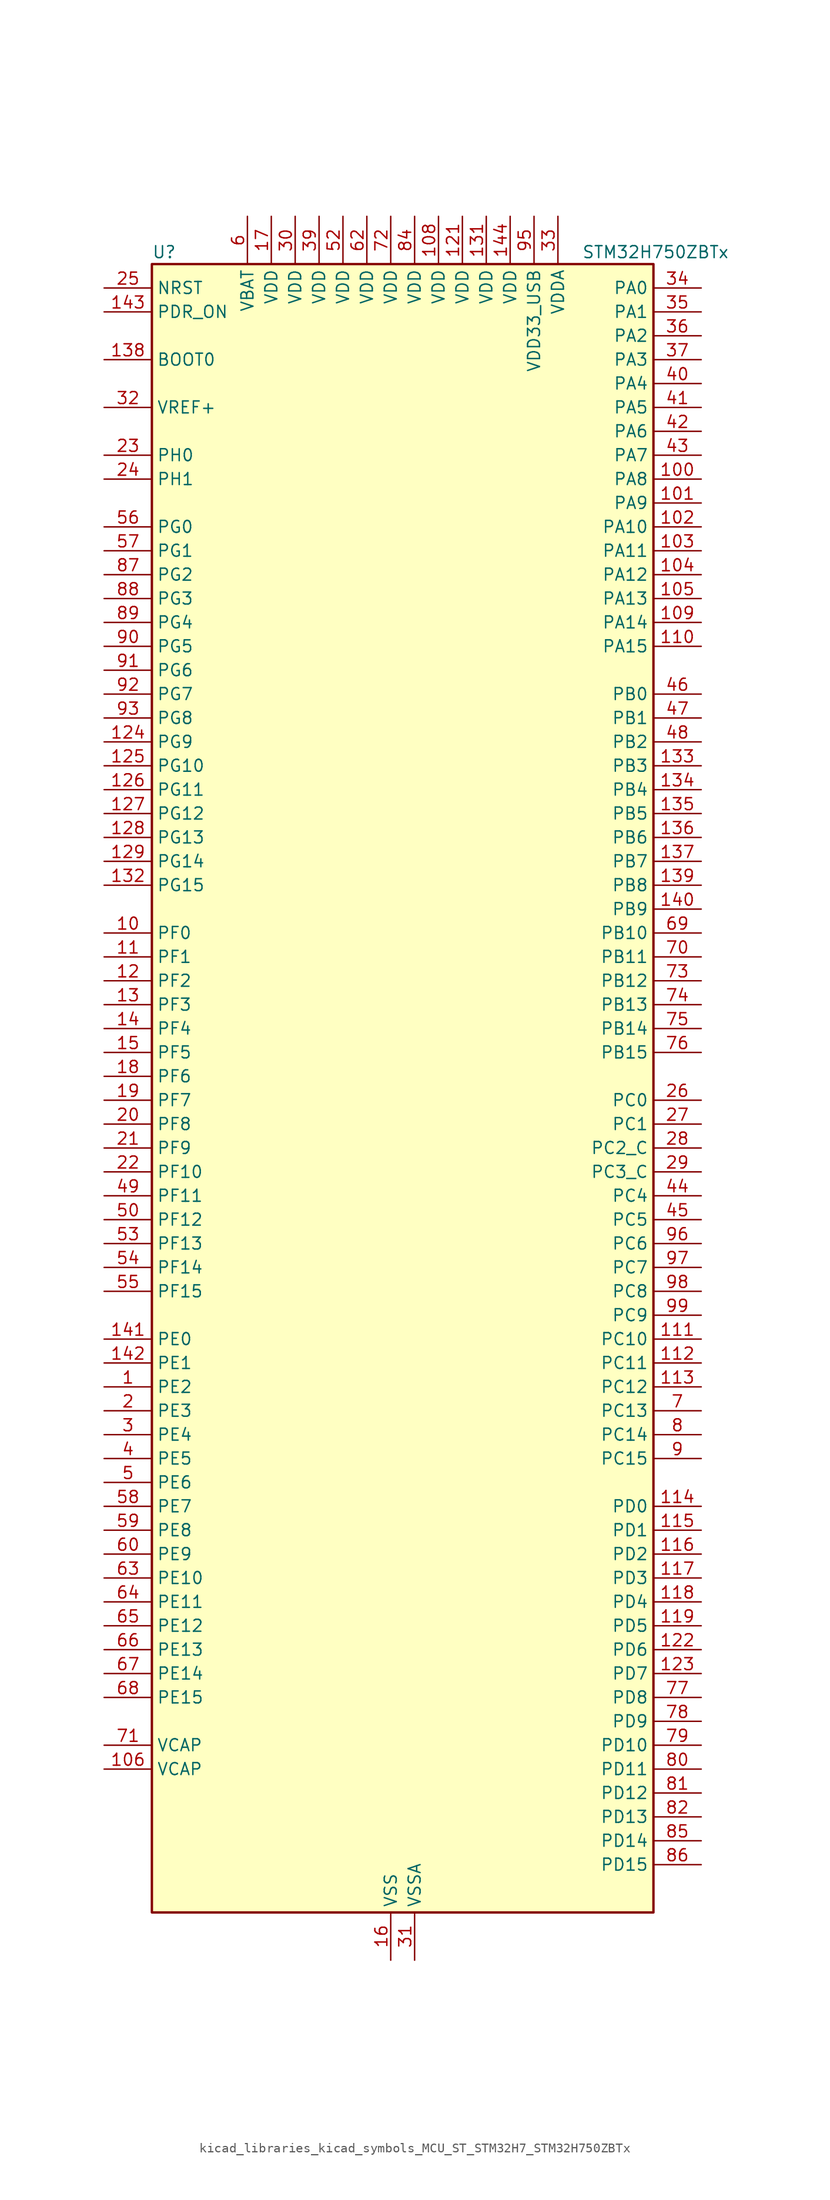
<source format=kicad_sym>
(kicad_symbol_lib
  (version 20220914)
  (generator kicad_symbol_editor)
  (symbol "kicad_libraries_kicad_symbols_MCU_ST_STM32H7_STM32H750ZBTx"
    (property "Reference" "U"
      (at -25.4 90.17 0)
      (effects (font (size 1.27 1.27)) (justify left)))
    (property "Value" "STM32H750ZBTx"
      (at 20.32 90.17 0)
      (effects (font (size 1.27 1.27)) (justify left)))
    (property "ki_locked" ""
      (at 0 0 0)
      (effects (font (size 1.27 1.27))))
    (symbol "kicad_libraries_kicad_symbols_MCU_ST_STM32H7_STM32H750ZBTx_0_1"
      (rectangle (start -25.4 -86.36) (end 27.94 88.9) (stroke (width 0.254) (type default)) (fill (type background))))
    (symbol "kicad_libraries_kicad_symbols_MCU_ST_STM32H7_STM32H750ZBTx_1_1"
      (pin bidirectional line (at -30.48 -30.48 0) (length 5.08) (name "PE2" (effects (font (size 1.27 1.27)))) (number "1" (effects (font (size 1.27 1.27)))) (alternate "DEBUG_TRACECLK" bidirectional line) (alternate "ETH_TXD3" bidirectional line) (alternate "FMC_A23" bidirectional line) (alternate "QUADSPI_BK1_IO2" bidirectional line) (alternate "SAI1_CK1" bidirectional line) (alternate "SAI1_MCLK_A" bidirectional line) (alternate "SAI4_CK1" bidirectional line) (alternate "SAI4_MCLK_A" bidirectional line) (alternate "SPI4_SCK" bidirectional line))
      (pin bidirectional line (at -30.48 17.78 0) (length 5.08) (name "PF0" (effects (font (size 1.27 1.27)))) (number "10" (effects (font (size 1.27 1.27)))) (alternate "FMC_A0" bidirectional line) (alternate "I2C2_SDA" bidirectional line))
      (pin bidirectional line (at 33.02 66.04 180) (length 5.08) (name "PA8" (effects (font (size 1.27 1.27)))) (number "100" (effects (font (size 1.27 1.27)))) (alternate "HRTIM_CHB2" bidirectional line) (alternate "I2C3_SCL" bidirectional line) (alternate "LTDC_B3" bidirectional line) (alternate "LTDC_R6" bidirectional line) (alternate "RCC_MCO_1" bidirectional line) (alternate "TIM1_CH1" bidirectional line) (alternate "TIM8_BKIN2" bidirectional line) (alternate "TIM8_BKIN2_COMP1" bidirectional line) (alternate "TIM8_BKIN2_COMP2" bidirectional line) (alternate "UART7_RX" bidirectional line) (alternate "USART1_CK" bidirectional line) (alternate "USB_OTG_FS_SOF" bidirectional line))
      (pin bidirectional line (at 33.02 63.5 180) (length 5.08) (name "PA9" (effects (font (size 1.27 1.27)))) (number "101" (effects (font (size 1.27 1.27)))) (alternate "DAC1_EXTI9" bidirectional line) (alternate "DCMI_D0" bidirectional line) (alternate "HRTIM_CHC1" bidirectional line) (alternate "I2C3_SMBA" bidirectional line) (alternate "I2S2_CK" bidirectional line) (alternate "LPUART1_TX" bidirectional line) (alternate "LTDC_R5" bidirectional line) (alternate "SPI2_SCK" bidirectional line) (alternate "TIM1_CH2" bidirectional line) (alternate "USART1_TX" bidirectional line) (alternate "USB_OTG_FS_VBUS" bidirectional line))
      (pin bidirectional line (at 33.02 60.96 180) (length 5.08) (name "PA10" (effects (font (size 1.27 1.27)))) (number "102" (effects (font (size 1.27 1.27)))) (alternate "DCMI_D1" bidirectional line) (alternate "HRTIM_CHC2" bidirectional line) (alternate "LPUART1_RX" bidirectional line) (alternate "LTDC_B1" bidirectional line) (alternate "LTDC_B4" bidirectional line) (alternate "MDIOS_MDIO" bidirectional line) (alternate "TIM1_CH3" bidirectional line) (alternate "USART1_RX" bidirectional line) (alternate "USB_OTG_FS_ID" bidirectional line))
      (pin bidirectional line (at 33.02 58.42 180) (length 5.08) (name "PA11" (effects (font (size 1.27 1.27)))) (number "103" (effects (font (size 1.27 1.27)))) (alternate "ADC1_EXTI11" bidirectional line) (alternate "ADC2_EXTI11" bidirectional line) (alternate "ADC3_EXTI11" bidirectional line) (alternate "FDCAN1_RX" bidirectional line) (alternate "HRTIM_CHD1" bidirectional line) (alternate "I2S2_WS" bidirectional line) (alternate "LPUART1_CTS" bidirectional line) (alternate "LTDC_R4" bidirectional line) (alternate "SPI2_NSS" bidirectional line) (alternate "TIM1_CH4" bidirectional line) (alternate "UART4_RX" bidirectional line) (alternate "USART1_CTS" bidirectional line) (alternate "USART1_NSS" bidirectional line) (alternate "USB_OTG_FS_DM" bidirectional line))
      (pin bidirectional line (at 33.02 55.88 180) (length 5.08) (name "PA12" (effects (font (size 1.27 1.27)))) (number "104" (effects (font (size 1.27 1.27)))) (alternate "FDCAN1_TX" bidirectional line) (alternate "HRTIM_CHD2" bidirectional line) (alternate "I2S2_CK" bidirectional line) (alternate "LPUART1_DE" bidirectional line) (alternate "LPUART1_RTS" bidirectional line) (alternate "LTDC_R5" bidirectional line) (alternate "SAI2_FS_B" bidirectional line) (alternate "SPI2_SCK" bidirectional line) (alternate "TIM1_ETR" bidirectional line) (alternate "UART4_TX" bidirectional line) (alternate "USART1_DE" bidirectional line) (alternate "USART1_RTS" bidirectional line) (alternate "USB_OTG_FS_DP" bidirectional line))
      (pin bidirectional line (at 33.02 53.34 180) (length 5.08) (name "PA13" (effects (font (size 1.27 1.27)))) (number "105" (effects (font (size 1.27 1.27)))) (alternate "DEBUG_JTMS-SWDIO" bidirectional line))
      (pin power_out line (at -30.48 -71.12 0) (length 5.08) (name "VCAP" (effects (font (size 1.27 1.27)))) (number "106" (effects (font (size 1.27 1.27)))))
      (pin passive line (at 0 -91.44 90) (length 5.08) hide (name "VSS" (effects (font (size 1.27 1.27)))) (number "107" (effects (font (size 1.27 1.27)))))
      (pin power_in line (at 5.08 93.98 270) (length 5.08) (name "VDD" (effects (font (size 1.27 1.27)))) (number "108" (effects (font (size 1.27 1.27)))))
      (pin bidirectional line (at 33.02 50.8 180) (length 5.08) (name "PA14" (effects (font (size 1.27 1.27)))) (number "109" (effects (font (size 1.27 1.27)))) (alternate "DEBUG_JTCK-SWCLK" bidirectional line))
      (pin bidirectional line (at -30.48 15.24 0) (length 5.08) (name "PF1" (effects (font (size 1.27 1.27)))) (number "11" (effects (font (size 1.27 1.27)))) (alternate "FMC_A1" bidirectional line) (alternate "I2C2_SCL" bidirectional line))
      (pin bidirectional line (at 33.02 48.26 180) (length 5.08) (name "PA15" (effects (font (size 1.27 1.27)))) (number "110" (effects (font (size 1.27 1.27)))) (alternate "ADC1_EXTI15" bidirectional line) (alternate "ADC2_EXTI15" bidirectional line) (alternate "ADC3_EXTI15" bidirectional line) (alternate "CEC" bidirectional line) (alternate "DEBUG_JTDI" bidirectional line) (alternate "HRTIM_FLT1" bidirectional line) (alternate "I2S1_WS" bidirectional line) (alternate "I2S3_WS" bidirectional line) (alternate "SPI1_NSS" bidirectional line) (alternate "SPI3_NSS" bidirectional line) (alternate "SPI6_NSS" bidirectional line) (alternate "TIM2_CH1" bidirectional line) (alternate "TIM2_ETR" bidirectional line) (alternate "UART4_DE" bidirectional line) (alternate "UART4_RTS" bidirectional line) (alternate "UART7_TX" bidirectional line))
      (pin bidirectional line (at 33.02 -25.4 180) (length 5.08) (name "PC10" (effects (font (size 1.27 1.27)))) (number "111" (effects (font (size 1.27 1.27)))) (alternate "DCMI_D8" bidirectional line) (alternate "DFSDM1_CKIN5" bidirectional line) (alternate "HRTIM_EEV1" bidirectional line) (alternate "I2S3_CK" bidirectional line) (alternate "LTDC_R2" bidirectional line) (alternate "QUADSPI_BK1_IO1" bidirectional line) (alternate "SDMMC1_D2" bidirectional line) (alternate "SPI3_SCK" bidirectional line) (alternate "UART4_TX" bidirectional line) (alternate "USART3_TX" bidirectional line))
      (pin bidirectional line (at 33.02 -27.94 180) (length 5.08) (name "PC11" (effects (font (size 1.27 1.27)))) (number "112" (effects (font (size 1.27 1.27)))) (alternate "ADC1_EXTI11" bidirectional line) (alternate "ADC2_EXTI11" bidirectional line) (alternate "ADC3_EXTI11" bidirectional line) (alternate "DCMI_D4" bidirectional line) (alternate "DFSDM1_DATIN5" bidirectional line) (alternate "HRTIM_FLT2" bidirectional line) (alternate "I2S3_SDI" bidirectional line) (alternate "QUADSPI_BK2_NCS" bidirectional line) (alternate "SDMMC1_D3" bidirectional line) (alternate "SPI3_MISO" bidirectional line) (alternate "UART4_RX" bidirectional line) (alternate "USART3_RX" bidirectional line))
      (pin bidirectional line (at 33.02 -30.48 180) (length 5.08) (name "PC12" (effects (font (size 1.27 1.27)))) (number "113" (effects (font (size 1.27 1.27)))) (alternate "DCMI_D9" bidirectional line) (alternate "DEBUG_TRACED3" bidirectional line) (alternate "HRTIM_EEV2" bidirectional line) (alternate "I2S3_SDO" bidirectional line) (alternate "SDMMC1_CK" bidirectional line) (alternate "SPI3_MOSI" bidirectional line) (alternate "UART5_TX" bidirectional line) (alternate "USART3_CK" bidirectional line))
      (pin bidirectional line (at 33.02 -43.18 180) (length 5.08) (name "PD0" (effects (font (size 1.27 1.27)))) (number "114" (effects (font (size 1.27 1.27)))) (alternate "DFSDM1_CKIN6" bidirectional line) (alternate "FDCAN1_RX" bidirectional line) (alternate "FMC_D2" bidirectional line) (alternate "FMC_DA2" bidirectional line) (alternate "SAI3_SCK_A" bidirectional line) (alternate "UART4_RX" bidirectional line))
      (pin bidirectional line (at 33.02 -45.72 180) (length 5.08) (name "PD1" (effects (font (size 1.27 1.27)))) (number "115" (effects (font (size 1.27 1.27)))) (alternate "DFSDM1_DATIN6" bidirectional line) (alternate "FDCAN1_TX" bidirectional line) (alternate "FMC_D3" bidirectional line) (alternate "FMC_DA3" bidirectional line) (alternate "SAI3_SD_A" bidirectional line) (alternate "UART4_TX" bidirectional line))
      (pin bidirectional line (at 33.02 -48.26 180) (length 5.08) (name "PD2" (effects (font (size 1.27 1.27)))) (number "116" (effects (font (size 1.27 1.27)))) (alternate "DCMI_D11" bidirectional line) (alternate "DEBUG_TRACED2" bidirectional line) (alternate "SDMMC1_CMD" bidirectional line) (alternate "TIM3_ETR" bidirectional line) (alternate "UART5_RX" bidirectional line))
      (pin bidirectional line (at 33.02 -50.8 180) (length 5.08) (name "PD3" (effects (font (size 1.27 1.27)))) (number "117" (effects (font (size 1.27 1.27)))) (alternate "DCMI_D5" bidirectional line) (alternate "DFSDM1_CKOUT" bidirectional line) (alternate "FMC_CLK" bidirectional line) (alternate "I2S2_CK" bidirectional line) (alternate "LTDC_G7" bidirectional line) (alternate "SPI2_SCK" bidirectional line) (alternate "USART2_CTS" bidirectional line) (alternate "USART2_NSS" bidirectional line))
      (pin bidirectional line (at 33.02 -53.34 180) (length 5.08) (name "PD4" (effects (font (size 1.27 1.27)))) (number "118" (effects (font (size 1.27 1.27)))) (alternate "FMC_NOE" bidirectional line) (alternate "HRTIM_FLT3" bidirectional line) (alternate "SAI3_FS_A" bidirectional line) (alternate "USART2_DE" bidirectional line) (alternate "USART2_RTS" bidirectional line))
      (pin bidirectional line (at 33.02 -55.88 180) (length 5.08) (name "PD5" (effects (font (size 1.27 1.27)))) (number "119" (effects (font (size 1.27 1.27)))) (alternate "FMC_NWE" bidirectional line) (alternate "HRTIM_EEV3" bidirectional line) (alternate "USART2_TX" bidirectional line))
      (pin bidirectional line (at -30.48 12.7 0) (length 5.08) (name "PF2" (effects (font (size 1.27 1.27)))) (number "12" (effects (font (size 1.27 1.27)))) (alternate "FMC_A2" bidirectional line) (alternate "I2C2_SMBA" bidirectional line))
      (pin passive line (at 0 -91.44 90) (length 5.08) hide (name "VSS" (effects (font (size 1.27 1.27)))) (number "120" (effects (font (size 1.27 1.27)))))
      (pin power_in line (at 7.62 93.98 270) (length 5.08) (name "VDD" (effects (font (size 1.27 1.27)))) (number "121" (effects (font (size 1.27 1.27)))))
      (pin bidirectional line (at 33.02 -58.42 180) (length 5.08) (name "PD6" (effects (font (size 1.27 1.27)))) (number "122" (effects (font (size 1.27 1.27)))) (alternate "DCMI_D10" bidirectional line) (alternate "DFSDM1_CKIN4" bidirectional line) (alternate "DFSDM1_DATIN1" bidirectional line) (alternate "FMC_NWAIT" bidirectional line) (alternate "I2S3_SDO" bidirectional line) (alternate "LTDC_B2" bidirectional line) (alternate "SAI1_D1" bidirectional line) (alternate "SAI1_SD_A" bidirectional line) (alternate "SAI4_D1" bidirectional line) (alternate "SAI4_SD_A" bidirectional line) (alternate "SDMMC2_CK" bidirectional line) (alternate "SPI3_MOSI" bidirectional line) (alternate "USART2_RX" bidirectional line))
      (pin bidirectional line (at 33.02 -60.96 180) (length 5.08) (name "PD7" (effects (font (size 1.27 1.27)))) (number "123" (effects (font (size 1.27 1.27)))) (alternate "DFSDM1_CKIN1" bidirectional line) (alternate "DFSDM1_DATIN4" bidirectional line) (alternate "FMC_NE1" bidirectional line) (alternate "I2S1_SDO" bidirectional line) (alternate "SDMMC2_CMD" bidirectional line) (alternate "SPDIFRX1_IN0" bidirectional line) (alternate "SPI1_MOSI" bidirectional line) (alternate "USART2_CK" bidirectional line))
      (pin bidirectional line (at -30.48 38.1 0) (length 5.08) (name "PG9" (effects (font (size 1.27 1.27)))) (number "124" (effects (font (size 1.27 1.27)))) (alternate "DAC1_EXTI9" bidirectional line) (alternate "DCMI_VSYNC" bidirectional line) (alternate "FMC_NCE" bidirectional line) (alternate "FMC_NE2" bidirectional line) (alternate "I2S1_SDI" bidirectional line) (alternate "QUADSPI_BK2_IO2" bidirectional line) (alternate "SAI2_FS_B" bidirectional line) (alternate "SPDIFRX1_IN3" bidirectional line) (alternate "SPI1_MISO" bidirectional line) (alternate "USART6_RX" bidirectional line))
      (pin bidirectional line (at -30.48 35.56 0) (length 5.08) (name "PG10" (effects (font (size 1.27 1.27)))) (number "125" (effects (font (size 1.27 1.27)))) (alternate "DCMI_D2" bidirectional line) (alternate "FMC_NE3" bidirectional line) (alternate "HRTIM_FLT5" bidirectional line) (alternate "I2S1_WS" bidirectional line) (alternate "LTDC_B2" bidirectional line) (alternate "LTDC_G3" bidirectional line) (alternate "SAI2_SD_B" bidirectional line) (alternate "SPI1_NSS" bidirectional line))
      (pin bidirectional line (at -30.48 33.02 0) (length 5.08) (name "PG11" (effects (font (size 1.27 1.27)))) (number "126" (effects (font (size 1.27 1.27)))) (alternate "ADC1_EXTI11" bidirectional line) (alternate "ADC2_EXTI11" bidirectional line) (alternate "ADC3_EXTI11" bidirectional line) (alternate "DCMI_D3" bidirectional line) (alternate "ETH_TX_EN" bidirectional line) (alternate "HRTIM_EEV4" bidirectional line) (alternate "I2S1_CK" bidirectional line) (alternate "LPTIM1_IN2" bidirectional line) (alternate "LTDC_B3" bidirectional line) (alternate "SDMMC2_D2" bidirectional line) (alternate "SPDIFRX1_IN0" bidirectional line) (alternate "SPI1_SCK" bidirectional line))
      (pin bidirectional line (at -30.48 30.48 0) (length 5.08) (name "PG12" (effects (font (size 1.27 1.27)))) (number "127" (effects (font (size 1.27 1.27)))) (alternate "ETH_TXD1" bidirectional line) (alternate "FMC_NE4" bidirectional line) (alternate "HRTIM_EEV5" bidirectional line) (alternate "LPTIM1_IN1" bidirectional line) (alternate "LTDC_B1" bidirectional line) (alternate "LTDC_B4" bidirectional line) (alternate "SPDIFRX1_IN1" bidirectional line) (alternate "SPI6_MISO" bidirectional line) (alternate "USART6_DE" bidirectional line) (alternate "USART6_RTS" bidirectional line))
      (pin bidirectional line (at -30.48 27.94 0) (length 5.08) (name "PG13" (effects (font (size 1.27 1.27)))) (number "128" (effects (font (size 1.27 1.27)))) (alternate "DEBUG_TRACED0" bidirectional line) (alternate "ETH_TXD0" bidirectional line) (alternate "FMC_A24" bidirectional line) (alternate "HRTIM_EEV10" bidirectional line) (alternate "LPTIM1_OUT" bidirectional line) (alternate "LTDC_R0" bidirectional line) (alternate "SPI6_SCK" bidirectional line) (alternate "USART6_CTS" bidirectional line) (alternate "USART6_NSS" bidirectional line))
      (pin bidirectional line (at -30.48 25.4 0) (length 5.08) (name "PG14" (effects (font (size 1.27 1.27)))) (number "129" (effects (font (size 1.27 1.27)))) (alternate "DEBUG_TRACED1" bidirectional line) (alternate "ETH_TXD1" bidirectional line) (alternate "FMC_A25" bidirectional line) (alternate "LPTIM1_ETR" bidirectional line) (alternate "LTDC_B0" bidirectional line) (alternate "QUADSPI_BK2_IO3" bidirectional line) (alternate "SPI6_MOSI" bidirectional line) (alternate "USART6_TX" bidirectional line))
      (pin bidirectional line (at -30.48 10.16 0) (length 5.08) (name "PF3" (effects (font (size 1.27 1.27)))) (number "13" (effects (font (size 1.27 1.27)))) (alternate "ADC3_INP5" bidirectional line) (alternate "FMC_A3" bidirectional line))
      (pin passive line (at 0 -91.44 90) (length 5.08) hide (name "VSS" (effects (font (size 1.27 1.27)))) (number "130" (effects (font (size 1.27 1.27)))))
      (pin power_in line (at 10.16 93.98 270) (length 5.08) (name "VDD" (effects (font (size 1.27 1.27)))) (number "131" (effects (font (size 1.27 1.27)))))
      (pin bidirectional line (at -30.48 22.86 0) (length 5.08) (name "PG15" (effects (font (size 1.27 1.27)))) (number "132" (effects (font (size 1.27 1.27)))) (alternate "ADC1_EXTI15" bidirectional line) (alternate "ADC2_EXTI15" bidirectional line) (alternate "ADC3_EXTI15" bidirectional line) (alternate "DCMI_D13" bidirectional line) (alternate "FMC_SDNCAS" bidirectional line) (alternate "USART6_CTS" bidirectional line) (alternate "USART6_NSS" bidirectional line))
      (pin bidirectional line (at 33.02 35.56 180) (length 5.08) (name "PB3" (effects (font (size 1.27 1.27)))) (number "133" (effects (font (size 1.27 1.27)))) (alternate "CRS_SYNC" bidirectional line) (alternate "DEBUG_JTDO-SWO" bidirectional line) (alternate "HRTIM_FLT4" bidirectional line) (alternate "I2S1_CK" bidirectional line) (alternate "I2S3_CK" bidirectional line) (alternate "SDMMC2_D2" bidirectional line) (alternate "SPI1_SCK" bidirectional line) (alternate "SPI3_SCK" bidirectional line) (alternate "SPI6_SCK" bidirectional line) (alternate "TIM2_CH2" bidirectional line) (alternate "UART7_RX" bidirectional line))
      (pin bidirectional line (at 33.02 33.02 180) (length 5.08) (name "PB4" (effects (font (size 1.27 1.27)))) (number "134" (effects (font (size 1.27 1.27)))) (alternate "DEBUG_JTRST" bidirectional line) (alternate "HRTIM_EEV6" bidirectional line) (alternate "I2S1_SDI" bidirectional line) (alternate "I2S2_WS" bidirectional line) (alternate "I2S3_SDI" bidirectional line) (alternate "SDMMC2_D3" bidirectional line) (alternate "SPI1_MISO" bidirectional line) (alternate "SPI2_NSS" bidirectional line) (alternate "SPI3_MISO" bidirectional line) (alternate "SPI6_MISO" bidirectional line) (alternate "TIM16_BKIN" bidirectional line) (alternate "TIM3_CH1" bidirectional line) (alternate "UART7_TX" bidirectional line))
      (pin bidirectional line (at 33.02 30.48 180) (length 5.08) (name "PB5" (effects (font (size 1.27 1.27)))) (number "135" (effects (font (size 1.27 1.27)))) (alternate "DCMI_D10" bidirectional line) (alternate "ETH_PPS_OUT" bidirectional line) (alternate "FDCAN2_RX" bidirectional line) (alternate "FMC_SDCKE1" bidirectional line) (alternate "HRTIM_EEV7" bidirectional line) (alternate "I2C1_SMBA" bidirectional line) (alternate "I2C4_SMBA" bidirectional line) (alternate "I2S1_SDO" bidirectional line) (alternate "I2S3_SDO" bidirectional line) (alternate "SPI1_MOSI" bidirectional line) (alternate "SPI3_MOSI" bidirectional line) (alternate "SPI6_MOSI" bidirectional line) (alternate "TIM17_BKIN" bidirectional line) (alternate "TIM3_CH2" bidirectional line) (alternate "UART5_RX" bidirectional line) (alternate "USB_OTG_HS_ULPI_D7" bidirectional line))
      (pin bidirectional line (at 33.02 27.94 180) (length 5.08) (name "PB6" (effects (font (size 1.27 1.27)))) (number "136" (effects (font (size 1.27 1.27)))) (alternate "CEC" bidirectional line) (alternate "DCMI_D5" bidirectional line) (alternate "DFSDM1_DATIN5" bidirectional line) (alternate "FDCAN2_TX" bidirectional line) (alternate "FMC_SDNE1" bidirectional line) (alternate "HRTIM_EEV8" bidirectional line) (alternate "I2C1_SCL" bidirectional line) (alternate "I2C4_SCL" bidirectional line) (alternate "LPUART1_TX" bidirectional line) (alternate "QUADSPI_BK1_NCS" bidirectional line) (alternate "TIM16_CH1N" bidirectional line) (alternate "TIM4_CH1" bidirectional line) (alternate "UART5_TX" bidirectional line) (alternate "USART1_TX" bidirectional line))
      (pin bidirectional line (at 33.02 25.4 180) (length 5.08) (name "PB7" (effects (font (size 1.27 1.27)))) (number "137" (effects (font (size 1.27 1.27)))) (alternate "DCMI_VSYNC" bidirectional line) (alternate "DFSDM1_CKIN5" bidirectional line) (alternate "FMC_NL" bidirectional line) (alternate "HRTIM_EEV9" bidirectional line) (alternate "I2C1_SDA" bidirectional line) (alternate "I2C4_SDA" bidirectional line) (alternate "LPUART1_RX" bidirectional line) (alternate "PWR_PVD_IN" bidirectional line) (alternate "TIM17_CH1N" bidirectional line) (alternate "TIM4_CH2" bidirectional line) (alternate "USART1_RX" bidirectional line))
      (pin input line (at -30.48 78.74 0) (length 5.08) (name "BOOT0" (effects (font (size 1.27 1.27)))) (number "138" (effects (font (size 1.27 1.27)))))
      (pin bidirectional line (at 33.02 22.86 180) (length 5.08) (name "PB8" (effects (font (size 1.27 1.27)))) (number "139" (effects (font (size 1.27 1.27)))) (alternate "DCMI_D6" bidirectional line) (alternate "DFSDM1_CKIN7" bidirectional line) (alternate "ETH_TXD3" bidirectional line) (alternate "FDCAN1_RX" bidirectional line) (alternate "I2C1_SCL" bidirectional line) (alternate "I2C4_SCL" bidirectional line) (alternate "LTDC_B6" bidirectional line) (alternate "SDMMC1_CKIN" bidirectional line) (alternate "SDMMC1_D4" bidirectional line) (alternate "SDMMC2_D4" bidirectional line) (alternate "TIM16_CH1" bidirectional line) (alternate "TIM4_CH3" bidirectional line) (alternate "UART4_RX" bidirectional line))
      (pin bidirectional line (at -30.48 7.62 0) (length 5.08) (name "PF4" (effects (font (size 1.27 1.27)))) (number "14" (effects (font (size 1.27 1.27)))) (alternate "ADC3_INN5" bidirectional line) (alternate "ADC3_INP9" bidirectional line) (alternate "FMC_A4" bidirectional line))
      (pin bidirectional line (at 33.02 20.32 180) (length 5.08) (name "PB9" (effects (font (size 1.27 1.27)))) (number "140" (effects (font (size 1.27 1.27)))) (alternate "DAC1_EXTI9" bidirectional line) (alternate "DCMI_D7" bidirectional line) (alternate "DFSDM1_DATIN7" bidirectional line) (alternate "FDCAN1_TX" bidirectional line) (alternate "I2C1_SDA" bidirectional line) (alternate "I2C4_SDA" bidirectional line) (alternate "I2C4_SMBA" bidirectional line) (alternate "I2S2_WS" bidirectional line) (alternate "LTDC_B7" bidirectional line) (alternate "SDMMC1_CDIR" bidirectional line) (alternate "SDMMC1_D5" bidirectional line) (alternate "SDMMC2_D5" bidirectional line) (alternate "SPI2_NSS" bidirectional line) (alternate "TIM17_CH1" bidirectional line) (alternate "TIM4_CH4" bidirectional line) (alternate "UART4_TX" bidirectional line))
      (pin bidirectional line (at -30.48 -25.4 0) (length 5.08) (name "PE0" (effects (font (size 1.27 1.27)))) (number "141" (effects (font (size 1.27 1.27)))) (alternate "DCMI_D2" bidirectional line) (alternate "FMC_NBL0" bidirectional line) (alternate "HRTIM_SCIN" bidirectional line) (alternate "LPTIM1_ETR" bidirectional line) (alternate "LPTIM2_ETR" bidirectional line) (alternate "SAI2_MCLK_A" bidirectional line) (alternate "TIM4_ETR" bidirectional line) (alternate "UART8_RX" bidirectional line))
      (pin bidirectional line (at -30.48 -27.94 0) (length 5.08) (name "PE1" (effects (font (size 1.27 1.27)))) (number "142" (effects (font (size 1.27 1.27)))) (alternate "DCMI_D3" bidirectional line) (alternate "FMC_NBL1" bidirectional line) (alternate "HRTIM_SCOUT" bidirectional line) (alternate "LPTIM1_IN2" bidirectional line) (alternate "UART8_TX" bidirectional line))
      (pin input line (at -30.48 83.82 0) (length 5.08) (name "PDR_ON" (effects (font (size 1.27 1.27)))) (number "143" (effects (font (size 1.27 1.27)))))
      (pin power_in line (at 12.7 93.98 270) (length 5.08) (name "VDD" (effects (font (size 1.27 1.27)))) (number "144" (effects (font (size 1.27 1.27)))))
      (pin bidirectional line (at -30.48 5.08 0) (length 5.08) (name "PF5" (effects (font (size 1.27 1.27)))) (number "15" (effects (font (size 1.27 1.27)))) (alternate "ADC3_INP4" bidirectional line) (alternate "FMC_A5" bidirectional line))
      (pin power_in line (at 0 -91.44 90) (length 5.08) (name "VSS" (effects (font (size 1.27 1.27)))) (number "16" (effects (font (size 1.27 1.27)))))
      (pin power_in line (at -12.7 93.98 270) (length 5.08) (name "VDD" (effects (font (size 1.27 1.27)))) (number "17" (effects (font (size 1.27 1.27)))))
      (pin bidirectional line (at -30.48 2.54 0) (length 5.08) (name "PF6" (effects (font (size 1.27 1.27)))) (number "18" (effects (font (size 1.27 1.27)))) (alternate "ADC3_INN4" bidirectional line) (alternate "ADC3_INP8" bidirectional line) (alternate "QUADSPI_BK1_IO3" bidirectional line) (alternate "SAI1_SD_B" bidirectional line) (alternate "SAI4_SD_B" bidirectional line) (alternate "SPI5_NSS" bidirectional line) (alternate "TIM16_CH1" bidirectional line) (alternate "UART7_RX" bidirectional line))
      (pin bidirectional line (at -30.48 0 0) (length 5.08) (name "PF7" (effects (font (size 1.27 1.27)))) (number "19" (effects (font (size 1.27 1.27)))) (alternate "ADC3_INP3" bidirectional line) (alternate "QUADSPI_BK1_IO2" bidirectional line) (alternate "SAI1_MCLK_B" bidirectional line) (alternate "SAI4_MCLK_B" bidirectional line) (alternate "SPI5_SCK" bidirectional line) (alternate "TIM17_CH1" bidirectional line) (alternate "UART7_TX" bidirectional line))
      (pin bidirectional line (at -30.48 -33.02 0) (length 5.08) (name "PE3" (effects (font (size 1.27 1.27)))) (number "2" (effects (font (size 1.27 1.27)))) (alternate "DEBUG_TRACED0" bidirectional line) (alternate "FMC_A19" bidirectional line) (alternate "SAI1_SD_B" bidirectional line) (alternate "SAI4_SD_B" bidirectional line) (alternate "TIM15_BKIN" bidirectional line))
      (pin bidirectional line (at -30.48 -2.54 0) (length 5.08) (name "PF8" (effects (font (size 1.27 1.27)))) (number "20" (effects (font (size 1.27 1.27)))) (alternate "ADC3_INN3" bidirectional line) (alternate "ADC3_INP7" bidirectional line) (alternate "QUADSPI_BK1_IO0" bidirectional line) (alternate "SAI1_SCK_B" bidirectional line) (alternate "SAI4_SCK_B" bidirectional line) (alternate "SPI5_MISO" bidirectional line) (alternate "TIM13_CH1" bidirectional line) (alternate "TIM16_CH1N" bidirectional line) (alternate "UART7_DE" bidirectional line) (alternate "UART7_RTS" bidirectional line))
      (pin bidirectional line (at -30.48 -5.08 0) (length 5.08) (name "PF9" (effects (font (size 1.27 1.27)))) (number "21" (effects (font (size 1.27 1.27)))) (alternate "ADC3_INP2" bidirectional line) (alternate "DAC1_EXTI9" bidirectional line) (alternate "QUADSPI_BK1_IO1" bidirectional line) (alternate "SAI1_FS_B" bidirectional line) (alternate "SAI4_FS_B" bidirectional line) (alternate "SPI5_MOSI" bidirectional line) (alternate "TIM14_CH1" bidirectional line) (alternate "TIM17_CH1N" bidirectional line) (alternate "UART7_CTS" bidirectional line))
      (pin bidirectional line (at -30.48 -7.62 0) (length 5.08) (name "PF10" (effects (font (size 1.27 1.27)))) (number "22" (effects (font (size 1.27 1.27)))) (alternate "ADC3_INN2" bidirectional line) (alternate "ADC3_INP6" bidirectional line) (alternate "DCMI_D11" bidirectional line) (alternate "LTDC_DE" bidirectional line) (alternate "QUADSPI_CLK" bidirectional line) (alternate "SAI1_D3" bidirectional line) (alternate "SAI4_D3" bidirectional line) (alternate "TIM16_BKIN" bidirectional line))
      (pin bidirectional line (at -30.48 68.58 0) (length 5.08) (name "PH0" (effects (font (size 1.27 1.27)))) (number "23" (effects (font (size 1.27 1.27)))) (alternate "RCC_OSC_IN" bidirectional line))
      (pin bidirectional line (at -30.48 66.04 0) (length 5.08) (name "PH1" (effects (font (size 1.27 1.27)))) (number "24" (effects (font (size 1.27 1.27)))) (alternate "RCC_OSC_OUT" bidirectional line))
      (pin input line (at -30.48 86.36 0) (length 5.08) (name "NRST" (effects (font (size 1.27 1.27)))) (number "25" (effects (font (size 1.27 1.27)))))
      (pin bidirectional line (at 33.02 0 180) (length 5.08) (name "PC0" (effects (font (size 1.27 1.27)))) (number "26" (effects (font (size 1.27 1.27)))) (alternate "ADC1_INP10" bidirectional line) (alternate "ADC2_INP10" bidirectional line) (alternate "ADC3_INP10" bidirectional line) (alternate "DFSDM1_CKIN0" bidirectional line) (alternate "DFSDM1_DATIN4" bidirectional line) (alternate "FMC_SDNWE" bidirectional line) (alternate "LTDC_R5" bidirectional line) (alternate "SAI2_FS_B" bidirectional line) (alternate "USB_OTG_HS_ULPI_STP" bidirectional line))
      (pin bidirectional line (at 33.02 -2.54 180) (length 5.08) (name "PC1" (effects (font (size 1.27 1.27)))) (number "27" (effects (font (size 1.27 1.27)))) (alternate "ADC1_INN10" bidirectional line) (alternate "ADC1_INP11" bidirectional line) (alternate "ADC2_INN10" bidirectional line) (alternate "ADC2_INP11" bidirectional line) (alternate "ADC3_INN10" bidirectional line) (alternate "ADC3_INP11" bidirectional line) (alternate "DEBUG_TRACED0" bidirectional line) (alternate "DFSDM1_CKIN4" bidirectional line) (alternate "DFSDM1_DATIN0" bidirectional line) (alternate "ETH_MDC" bidirectional line) (alternate "I2S2_SDO" bidirectional line) (alternate "MDIOS_MDC" bidirectional line) (alternate "PWR_WKUP5" bidirectional line) (alternate "RTC_TAMP3" bidirectional line) (alternate "SAI1_D1" bidirectional line) (alternate "SAI1_SD_A" bidirectional line) (alternate "SAI4_D1" bidirectional line) (alternate "SAI4_SD_A" bidirectional line) (alternate "SDMMC2_CK" bidirectional line) (alternate "SPI2_MOSI" bidirectional line))
      (pin bidirectional line (at 33.02 -5.08 180) (length 5.08) (name "PC2_C" (effects (font (size 1.27 1.27)))) (number "28" (effects (font (size 1.27 1.27)))) (alternate "ADC3_INN1" bidirectional line) (alternate "ADC3_INP0" bidirectional line) (alternate "DFSDM1_CKIN1" bidirectional line) (alternate "DFSDM1_CKOUT" bidirectional line) (alternate "ETH_TXD2" bidirectional line) (alternate "FMC_SDNE0" bidirectional line) (alternate "I2S2_SDI" bidirectional line) (alternate "PWR_CSTOP" bidirectional line) (alternate "SPI2_MISO" bidirectional line) (alternate "USB_OTG_HS_ULPI_DIR" bidirectional line))
      (pin bidirectional line (at 33.02 -7.62 180) (length 5.08) (name "PC3_C" (effects (font (size 1.27 1.27)))) (number "29" (effects (font (size 1.27 1.27)))) (alternate "ADC3_INP1" bidirectional line) (alternate "DFSDM1_DATIN1" bidirectional line) (alternate "ETH_TX_CLK" bidirectional line) (alternate "FMC_SDCKE0" bidirectional line) (alternate "I2S2_SDO" bidirectional line) (alternate "PWR_CSLEEP" bidirectional line) (alternate "SPI2_MOSI" bidirectional line) (alternate "USB_OTG_HS_ULPI_NXT" bidirectional line))
      (pin bidirectional line (at -30.48 -35.56 0) (length 5.08) (name "PE4" (effects (font (size 1.27 1.27)))) (number "3" (effects (font (size 1.27 1.27)))) (alternate "DCMI_D4" bidirectional line) (alternate "DEBUG_TRACED1" bidirectional line) (alternate "DFSDM1_DATIN3" bidirectional line) (alternate "FMC_A20" bidirectional line) (alternate "LTDC_B0" bidirectional line) (alternate "SAI1_D2" bidirectional line) (alternate "SAI1_FS_A" bidirectional line) (alternate "SAI4_D2" bidirectional line) (alternate "SAI4_FS_A" bidirectional line) (alternate "SPI4_NSS" bidirectional line) (alternate "TIM15_CH1N" bidirectional line))
      (pin power_in line (at -10.16 93.98 270) (length 5.08) (name "VDD" (effects (font (size 1.27 1.27)))) (number "30" (effects (font (size 1.27 1.27)))))
      (pin power_in line (at 2.54 -91.44 90) (length 5.08) (name "VSSA" (effects (font (size 1.27 1.27)))) (number "31" (effects (font (size 1.27 1.27)))))
      (pin input line (at -30.48 73.66 0) (length 5.08) (name "VREF+" (effects (font (size 1.27 1.27)))) (number "32" (effects (font (size 1.27 1.27)))) (alternate "VREFBUF_OUT" bidirectional line))
      (pin power_in line (at 17.78 93.98 270) (length 5.08) (name "VDDA" (effects (font (size 1.27 1.27)))) (number "33" (effects (font (size 1.27 1.27)))))
      (pin bidirectional line (at 33.02 86.36 180) (length 5.08) (name "PA0" (effects (font (size 1.27 1.27)))) (number "34" (effects (font (size 1.27 1.27)))) (alternate "ADC1_INP16" bidirectional line) (alternate "ETH_CRS" bidirectional line) (alternate "PWR_WKUP0" bidirectional line) (alternate "SAI2_SD_B" bidirectional line) (alternate "SDMMC2_CMD" bidirectional line) (alternate "TIM15_BKIN" bidirectional line) (alternate "TIM2_CH1" bidirectional line) (alternate "TIM2_ETR" bidirectional line) (alternate "TIM5_CH1" bidirectional line) (alternate "TIM8_ETR" bidirectional line) (alternate "UART4_TX" bidirectional line) (alternate "USART2_CTS" bidirectional line) (alternate "USART2_NSS" bidirectional line))
      (pin bidirectional line (at 33.02 83.82 180) (length 5.08) (name "PA1" (effects (font (size 1.27 1.27)))) (number "35" (effects (font (size 1.27 1.27)))) (alternate "ADC1_INN16" bidirectional line) (alternate "ADC1_INP17" bidirectional line) (alternate "ETH_REF_CLK" bidirectional line) (alternate "ETH_RX_CLK" bidirectional line) (alternate "LPTIM3_OUT" bidirectional line) (alternate "LTDC_R2" bidirectional line) (alternate "QUADSPI_BK1_IO3" bidirectional line) (alternate "SAI2_MCLK_B" bidirectional line) (alternate "TIM15_CH1N" bidirectional line) (alternate "TIM2_CH2" bidirectional line) (alternate "TIM5_CH2" bidirectional line) (alternate "UART4_RX" bidirectional line) (alternate "USART2_DE" bidirectional line) (alternate "USART2_RTS" bidirectional line))
      (pin bidirectional line (at 33.02 81.28 180) (length 5.08) (name "PA2" (effects (font (size 1.27 1.27)))) (number "36" (effects (font (size 1.27 1.27)))) (alternate "ADC1_INP14" bidirectional line) (alternate "ADC2_INP14" bidirectional line) (alternate "ETH_MDIO" bidirectional line) (alternate "LPTIM4_OUT" bidirectional line) (alternate "LTDC_R1" bidirectional line) (alternate "MDIOS_MDIO" bidirectional line) (alternate "PWR_WKUP1" bidirectional line) (alternate "SAI2_SCK_B" bidirectional line) (alternate "TIM15_CH1" bidirectional line) (alternate "TIM2_CH3" bidirectional line) (alternate "TIM5_CH3" bidirectional line) (alternate "USART2_TX" bidirectional line))
      (pin bidirectional line (at 33.02 78.74 180) (length 5.08) (name "PA3" (effects (font (size 1.27 1.27)))) (number "37" (effects (font (size 1.27 1.27)))) (alternate "ADC1_INP15" bidirectional line) (alternate "ADC2_INP15" bidirectional line) (alternate "ETH_COL" bidirectional line) (alternate "LPTIM5_OUT" bidirectional line) (alternate "LTDC_B2" bidirectional line) (alternate "LTDC_B5" bidirectional line) (alternate "TIM15_CH2" bidirectional line) (alternate "TIM2_CH4" bidirectional line) (alternate "TIM5_CH4" bidirectional line) (alternate "USART2_RX" bidirectional line) (alternate "USB_OTG_HS_ULPI_D0" bidirectional line))
      (pin passive line (at 0 -91.44 90) (length 5.08) hide (name "VSS" (effects (font (size 1.27 1.27)))) (number "38" (effects (font (size 1.27 1.27)))))
      (pin power_in line (at -7.62 93.98 270) (length 5.08) (name "VDD" (effects (font (size 1.27 1.27)))) (number "39" (effects (font (size 1.27 1.27)))))
      (pin bidirectional line (at -30.48 -38.1 0) (length 5.08) (name "PE5" (effects (font (size 1.27 1.27)))) (number "4" (effects (font (size 1.27 1.27)))) (alternate "DCMI_D6" bidirectional line) (alternate "DEBUG_TRACED2" bidirectional line) (alternate "DFSDM1_CKIN3" bidirectional line) (alternate "FMC_A21" bidirectional line) (alternate "LTDC_G0" bidirectional line) (alternate "SAI1_CK2" bidirectional line) (alternate "SAI1_SCK_A" bidirectional line) (alternate "SAI4_CK2" bidirectional line) (alternate "SAI4_SCK_A" bidirectional line) (alternate "SPI4_MISO" bidirectional line) (alternate "TIM15_CH1" bidirectional line))
      (pin bidirectional line (at 33.02 76.2 180) (length 5.08) (name "PA4" (effects (font (size 1.27 1.27)))) (number "40" (effects (font (size 1.27 1.27)))) (alternate "ADC1_INP18" bidirectional line) (alternate "ADC2_INP18" bidirectional line) (alternate "DAC1_OUT1" bidirectional line) (alternate "DCMI_HSYNC" bidirectional line) (alternate "I2S1_WS" bidirectional line) (alternate "I2S3_WS" bidirectional line) (alternate "LTDC_VSYNC" bidirectional line) (alternate "SPI1_NSS" bidirectional line) (alternate "SPI3_NSS" bidirectional line) (alternate "SPI6_NSS" bidirectional line) (alternate "TIM5_ETR" bidirectional line) (alternate "USART2_CK" bidirectional line) (alternate "USB_OTG_HS_SOF" bidirectional line))
      (pin bidirectional line (at 33.02 73.66 180) (length 5.08) (name "PA5" (effects (font (size 1.27 1.27)))) (number "41" (effects (font (size 1.27 1.27)))) (alternate "ADC1_INN18" bidirectional line) (alternate "ADC1_INP19" bidirectional line) (alternate "ADC2_INN18" bidirectional line) (alternate "ADC2_INP19" bidirectional line) (alternate "DAC1_OUT2" bidirectional line) (alternate "I2S1_CK" bidirectional line) (alternate "LTDC_R4" bidirectional line) (alternate "PWR_NDSTOP2" bidirectional line) (alternate "SPI1_SCK" bidirectional line) (alternate "SPI6_SCK" bidirectional line) (alternate "TIM2_CH1" bidirectional line) (alternate "TIM2_ETR" bidirectional line) (alternate "TIM8_CH1N" bidirectional line) (alternate "USB_OTG_HS_ULPI_CK" bidirectional line))
      (pin bidirectional line (at 33.02 71.12 180) (length 5.08) (name "PA6" (effects (font (size 1.27 1.27)))) (number "42" (effects (font (size 1.27 1.27)))) (alternate "ADC1_INP3" bidirectional line) (alternate "ADC2_INP3" bidirectional line) (alternate "DCMI_PIXCLK" bidirectional line) (alternate "I2S1_SDI" bidirectional line) (alternate "LTDC_G2" bidirectional line) (alternate "MDIOS_MDC" bidirectional line) (alternate "SPI1_MISO" bidirectional line) (alternate "SPI6_MISO" bidirectional line) (alternate "TIM13_CH1" bidirectional line) (alternate "TIM1_BKIN" bidirectional line) (alternate "TIM1_BKIN_COMP1" bidirectional line) (alternate "TIM1_BKIN_COMP2" bidirectional line) (alternate "TIM3_CH1" bidirectional line) (alternate "TIM8_BKIN" bidirectional line) (alternate "TIM8_BKIN_COMP1" bidirectional line) (alternate "TIM8_BKIN_COMP2" bidirectional line))
      (pin bidirectional line (at 33.02 68.58 180) (length 5.08) (name "PA7" (effects (font (size 1.27 1.27)))) (number "43" (effects (font (size 1.27 1.27)))) (alternate "ADC1_INN3" bidirectional line) (alternate "ADC1_INP7" bidirectional line) (alternate "ADC2_INN3" bidirectional line) (alternate "ADC2_INP7" bidirectional line) (alternate "ETH_CRS_DV" bidirectional line) (alternate "ETH_RX_DV" bidirectional line) (alternate "FMC_SDNWE" bidirectional line) (alternate "I2S1_SDO" bidirectional line) (alternate "OPAMP1_VINM" bidirectional line) (alternate "OPAMP1_VINM1" bidirectional line) (alternate "SPI1_MOSI" bidirectional line) (alternate "SPI6_MOSI" bidirectional line) (alternate "TIM14_CH1" bidirectional line) (alternate "TIM1_CH1N" bidirectional line) (alternate "TIM3_CH2" bidirectional line) (alternate "TIM8_CH1N" bidirectional line))
      (pin bidirectional line (at 33.02 -10.16 180) (length 5.08) (name "PC4" (effects (font (size 1.27 1.27)))) (number "44" (effects (font (size 1.27 1.27)))) (alternate "ADC1_INP4" bidirectional line) (alternate "ADC2_INP4" bidirectional line) (alternate "COMP1_INM" bidirectional line) (alternate "DFSDM1_CKIN2" bidirectional line) (alternate "ETH_RXD0" bidirectional line) (alternate "FMC_SDNE0" bidirectional line) (alternate "I2S1_MCK" bidirectional line) (alternate "OPAMP1_VOUT" bidirectional line) (alternate "SPDIFRX1_IN2" bidirectional line))
      (pin bidirectional line (at 33.02 -12.7 180) (length 5.08) (name "PC5" (effects (font (size 1.27 1.27)))) (number "45" (effects (font (size 1.27 1.27)))) (alternate "ADC1_INN4" bidirectional line) (alternate "ADC1_INP8" bidirectional line) (alternate "ADC2_INN4" bidirectional line) (alternate "ADC2_INP8" bidirectional line) (alternate "COMP1_OUT" bidirectional line) (alternate "DFSDM1_DATIN2" bidirectional line) (alternate "ETH_RXD1" bidirectional line) (alternate "FMC_SDCKE0" bidirectional line) (alternate "OPAMP1_VINM" bidirectional line) (alternate "OPAMP1_VINM0" bidirectional line) (alternate "SAI1_D3" bidirectional line) (alternate "SAI4_D3" bidirectional line) (alternate "SPDIFRX1_IN3" bidirectional line))
      (pin bidirectional line (at 33.02 43.18 180) (length 5.08) (name "PB0" (effects (font (size 1.27 1.27)))) (number "46" (effects (font (size 1.27 1.27)))) (alternate "ADC1_INN5" bidirectional line) (alternate "ADC1_INP9" bidirectional line) (alternate "ADC2_INN5" bidirectional line) (alternate "ADC2_INP9" bidirectional line) (alternate "COMP1_INP" bidirectional line) (alternate "DFSDM1_CKOUT" bidirectional line) (alternate "ETH_RXD2" bidirectional line) (alternate "LTDC_G1" bidirectional line) (alternate "LTDC_R3" bidirectional line) (alternate "OPAMP1_VINP" bidirectional line) (alternate "TIM1_CH2N" bidirectional line) (alternate "TIM3_CH3" bidirectional line) (alternate "TIM8_CH2N" bidirectional line) (alternate "UART4_CTS" bidirectional line) (alternate "USB_OTG_HS_ULPI_D1" bidirectional line))
      (pin bidirectional line (at 33.02 40.64 180) (length 5.08) (name "PB1" (effects (font (size 1.27 1.27)))) (number "47" (effects (font (size 1.27 1.27)))) (alternate "ADC1_INP5" bidirectional line) (alternate "ADC2_INP5" bidirectional line) (alternate "COMP1_INM" bidirectional line) (alternate "DFSDM1_DATIN1" bidirectional line) (alternate "ETH_RXD3" bidirectional line) (alternate "LTDC_G0" bidirectional line) (alternate "LTDC_R6" bidirectional line) (alternate "TIM1_CH3N" bidirectional line) (alternate "TIM3_CH4" bidirectional line) (alternate "TIM8_CH3N" bidirectional line) (alternate "USB_OTG_HS_ULPI_D2" bidirectional line))
      (pin bidirectional line (at 33.02 38.1 180) (length 5.08) (name "PB2" (effects (font (size 1.27 1.27)))) (number "48" (effects (font (size 1.27 1.27)))) (alternate "COMP1_INP" bidirectional line) (alternate "DFSDM1_CKIN1" bidirectional line) (alternate "I2S3_SDO" bidirectional line) (alternate "QUADSPI_CLK" bidirectional line) (alternate "RTC_OUT_ALARM" bidirectional line) (alternate "RTC_OUT_CALIB" bidirectional line) (alternate "SAI1_D1" bidirectional line) (alternate "SAI1_SD_A" bidirectional line) (alternate "SAI4_D1" bidirectional line) (alternate "SAI4_SD_A" bidirectional line) (alternate "SPI3_MOSI" bidirectional line))
      (pin bidirectional line (at -30.48 -10.16 0) (length 5.08) (name "PF11" (effects (font (size 1.27 1.27)))) (number "49" (effects (font (size 1.27 1.27)))) (alternate "ADC1_EXTI11" bidirectional line) (alternate "ADC1_INP2" bidirectional line) (alternate "ADC2_EXTI11" bidirectional line) (alternate "ADC3_EXTI11" bidirectional line) (alternate "DCMI_D12" bidirectional line) (alternate "FMC_SDNRAS" bidirectional line) (alternate "SAI2_SD_B" bidirectional line) (alternate "SPI5_MOSI" bidirectional line))
      (pin bidirectional line (at -30.48 -40.64 0) (length 5.08) (name "PE6" (effects (font (size 1.27 1.27)))) (number "5" (effects (font (size 1.27 1.27)))) (alternate "DCMI_D7" bidirectional line) (alternate "DEBUG_TRACED3" bidirectional line) (alternate "FMC_A22" bidirectional line) (alternate "LTDC_G1" bidirectional line) (alternate "SAI1_D1" bidirectional line) (alternate "SAI1_SD_A" bidirectional line) (alternate "SAI2_MCLK_B" bidirectional line) (alternate "SAI4_D1" bidirectional line) (alternate "SAI4_SD_A" bidirectional line) (alternate "SPI4_MOSI" bidirectional line) (alternate "TIM15_CH2" bidirectional line) (alternate "TIM1_BKIN2" bidirectional line) (alternate "TIM1_BKIN2_COMP1" bidirectional line) (alternate "TIM1_BKIN2_COMP2" bidirectional line))
      (pin bidirectional line (at -30.48 -12.7 0) (length 5.08) (name "PF12" (effects (font (size 1.27 1.27)))) (number "50" (effects (font (size 1.27 1.27)))) (alternate "ADC1_INN2" bidirectional line) (alternate "ADC1_INP6" bidirectional line) (alternate "FMC_A6" bidirectional line))
      (pin passive line (at 0 -91.44 90) (length 5.08) hide (name "VSS" (effects (font (size 1.27 1.27)))) (number "51" (effects (font (size 1.27 1.27)))))
      (pin power_in line (at -5.08 93.98 270) (length 5.08) (name "VDD" (effects (font (size 1.27 1.27)))) (number "52" (effects (font (size 1.27 1.27)))))
      (pin bidirectional line (at -30.48 -15.24 0) (length 5.08) (name "PF13" (effects (font (size 1.27 1.27)))) (number "53" (effects (font (size 1.27 1.27)))) (alternate "ADC2_INP2" bidirectional line) (alternate "DFSDM1_DATIN6" bidirectional line) (alternate "FMC_A7" bidirectional line) (alternate "I2C4_SMBA" bidirectional line))
      (pin bidirectional line (at -30.48 -17.78 0) (length 5.08) (name "PF14" (effects (font (size 1.27 1.27)))) (number "54" (effects (font (size 1.27 1.27)))) (alternate "ADC2_INN2" bidirectional line) (alternate "ADC2_INP6" bidirectional line) (alternate "DFSDM1_CKIN6" bidirectional line) (alternate "FMC_A8" bidirectional line) (alternate "I2C4_SCL" bidirectional line))
      (pin bidirectional line (at -30.48 -20.32 0) (length 5.08) (name "PF15" (effects (font (size 1.27 1.27)))) (number "55" (effects (font (size 1.27 1.27)))) (alternate "ADC1_EXTI15" bidirectional line) (alternate "ADC2_EXTI15" bidirectional line) (alternate "ADC3_EXTI15" bidirectional line) (alternate "FMC_A9" bidirectional line) (alternate "I2C4_SDA" bidirectional line))
      (pin bidirectional line (at -30.48 60.96 0) (length 5.08) (name "PG0" (effects (font (size 1.27 1.27)))) (number "56" (effects (font (size 1.27 1.27)))) (alternate "FMC_A10" bidirectional line))
      (pin bidirectional line (at -30.48 58.42 0) (length 5.08) (name "PG1" (effects (font (size 1.27 1.27)))) (number "57" (effects (font (size 1.27 1.27)))) (alternate "FMC_A11" bidirectional line) (alternate "OPAMP2_VINM" bidirectional line) (alternate "OPAMP2_VINM1" bidirectional line))
      (pin bidirectional line (at -30.48 -43.18 0) (length 5.08) (name "PE7" (effects (font (size 1.27 1.27)))) (number "58" (effects (font (size 1.27 1.27)))) (alternate "COMP2_INM" bidirectional line) (alternate "DFSDM1_DATIN2" bidirectional line) (alternate "FMC_D4" bidirectional line) (alternate "FMC_DA4" bidirectional line) (alternate "OPAMP2_VOUT" bidirectional line) (alternate "QUADSPI_BK2_IO0" bidirectional line) (alternate "TIM1_ETR" bidirectional line) (alternate "UART7_RX" bidirectional line))
      (pin bidirectional line (at -30.48 -45.72 0) (length 5.08) (name "PE8" (effects (font (size 1.27 1.27)))) (number "59" (effects (font (size 1.27 1.27)))) (alternate "COMP2_OUT" bidirectional line) (alternate "DFSDM1_CKIN2" bidirectional line) (alternate "FMC_D5" bidirectional line) (alternate "FMC_DA5" bidirectional line) (alternate "OPAMP2_VINM" bidirectional line) (alternate "OPAMP2_VINM0" bidirectional line) (alternate "QUADSPI_BK2_IO1" bidirectional line) (alternate "TIM1_CH1N" bidirectional line) (alternate "UART7_TX" bidirectional line))
      (pin power_in line (at -15.24 93.98 270) (length 5.08) (name "VBAT" (effects (font (size 1.27 1.27)))) (number "6" (effects (font (size 1.27 1.27)))))
      (pin bidirectional line (at -30.48 -48.26 0) (length 5.08) (name "PE9" (effects (font (size 1.27 1.27)))) (number "60" (effects (font (size 1.27 1.27)))) (alternate "COMP2_INP" bidirectional line) (alternate "DAC1_EXTI9" bidirectional line) (alternate "DFSDM1_CKOUT" bidirectional line) (alternate "FMC_D6" bidirectional line) (alternate "FMC_DA6" bidirectional line) (alternate "OPAMP2_VINP" bidirectional line) (alternate "QUADSPI_BK2_IO2" bidirectional line) (alternate "TIM1_CH1" bidirectional line) (alternate "UART7_DE" bidirectional line) (alternate "UART7_RTS" bidirectional line))
      (pin passive line (at 0 -91.44 90) (length 5.08) hide (name "VSS" (effects (font (size 1.27 1.27)))) (number "61" (effects (font (size 1.27 1.27)))))
      (pin power_in line (at -2.54 93.98 270) (length 5.08) (name "VDD" (effects (font (size 1.27 1.27)))) (number "62" (effects (font (size 1.27 1.27)))))
      (pin bidirectional line (at -30.48 -50.8 0) (length 5.08) (name "PE10" (effects (font (size 1.27 1.27)))) (number "63" (effects (font (size 1.27 1.27)))) (alternate "COMP2_INM" bidirectional line) (alternate "DFSDM1_DATIN4" bidirectional line) (alternate "FMC_D7" bidirectional line) (alternate "FMC_DA7" bidirectional line) (alternate "QUADSPI_BK2_IO3" bidirectional line) (alternate "TIM1_CH2N" bidirectional line) (alternate "UART7_CTS" bidirectional line))
      (pin bidirectional line (at -30.48 -53.34 0) (length 5.08) (name "PE11" (effects (font (size 1.27 1.27)))) (number "64" (effects (font (size 1.27 1.27)))) (alternate "ADC1_EXTI11" bidirectional line) (alternate "ADC2_EXTI11" bidirectional line) (alternate "ADC3_EXTI11" bidirectional line) (alternate "COMP2_INP" bidirectional line) (alternate "DFSDM1_CKIN4" bidirectional line) (alternate "FMC_D8" bidirectional line) (alternate "FMC_DA8" bidirectional line) (alternate "LTDC_G3" bidirectional line) (alternate "SAI2_SD_B" bidirectional line) (alternate "SPI4_NSS" bidirectional line) (alternate "TIM1_CH2" bidirectional line))
      (pin bidirectional line (at -30.48 -55.88 0) (length 5.08) (name "PE12" (effects (font (size 1.27 1.27)))) (number "65" (effects (font (size 1.27 1.27)))) (alternate "COMP1_OUT" bidirectional line) (alternate "DFSDM1_DATIN5" bidirectional line) (alternate "FMC_D9" bidirectional line) (alternate "FMC_DA9" bidirectional line) (alternate "LTDC_B4" bidirectional line) (alternate "SAI2_SCK_B" bidirectional line) (alternate "SPI4_SCK" bidirectional line) (alternate "TIM1_CH3N" bidirectional line))
      (pin bidirectional line (at -30.48 -58.42 0) (length 5.08) (name "PE13" (effects (font (size 1.27 1.27)))) (number "66" (effects (font (size 1.27 1.27)))) (alternate "COMP2_OUT" bidirectional line) (alternate "DFSDM1_CKIN5" bidirectional line) (alternate "FMC_D10" bidirectional line) (alternate "FMC_DA10" bidirectional line) (alternate "LTDC_DE" bidirectional line) (alternate "SAI2_FS_B" bidirectional line) (alternate "SPI4_MISO" bidirectional line) (alternate "TIM1_CH3" bidirectional line))
      (pin bidirectional line (at -30.48 -60.96 0) (length 5.08) (name "PE14" (effects (font (size 1.27 1.27)))) (number "67" (effects (font (size 1.27 1.27)))) (alternate "FMC_D11" bidirectional line) (alternate "FMC_DA11" bidirectional line) (alternate "LTDC_CLK" bidirectional line) (alternate "SAI2_MCLK_B" bidirectional line) (alternate "SPI4_MOSI" bidirectional line) (alternate "TIM1_CH4" bidirectional line))
      (pin bidirectional line (at -30.48 -63.5 0) (length 5.08) (name "PE15" (effects (font (size 1.27 1.27)))) (number "68" (effects (font (size 1.27 1.27)))) (alternate "ADC1_EXTI15" bidirectional line) (alternate "ADC2_EXTI15" bidirectional line) (alternate "ADC3_EXTI15" bidirectional line) (alternate "FMC_D12" bidirectional line) (alternate "FMC_DA12" bidirectional line) (alternate "LTDC_R7" bidirectional line) (alternate "TIM1_BKIN" bidirectional line) (alternate "TIM1_BKIN_COMP1" bidirectional line) (alternate "TIM1_BKIN_COMP2" bidirectional line))
      (pin bidirectional line (at 33.02 17.78 180) (length 5.08) (name "PB10" (effects (font (size 1.27 1.27)))) (number "69" (effects (font (size 1.27 1.27)))) (alternate "DFSDM1_DATIN7" bidirectional line) (alternate "ETH_RX_ER" bidirectional line) (alternate "HRTIM_SCOUT" bidirectional line) (alternate "I2C2_SCL" bidirectional line) (alternate "I2S2_CK" bidirectional line) (alternate "LPTIM2_IN1" bidirectional line) (alternate "LTDC_G4" bidirectional line) (alternate "QUADSPI_BK1_NCS" bidirectional line) (alternate "SPI2_SCK" bidirectional line) (alternate "TIM2_CH3" bidirectional line) (alternate "USART3_TX" bidirectional line) (alternate "USB_OTG_HS_ULPI_D3" bidirectional line))
      (pin bidirectional line (at 33.02 -33.02 180) (length 5.08) (name "PC13" (effects (font (size 1.27 1.27)))) (number "7" (effects (font (size 1.27 1.27)))) (alternate "PWR_WKUP2" bidirectional line) (alternate "RTC_OUT_ALARM" bidirectional line) (alternate "RTC_OUT_CALIB" bidirectional line) (alternate "RTC_TAMP1" bidirectional line) (alternate "RTC_TS" bidirectional line))
      (pin bidirectional line (at 33.02 15.24 180) (length 5.08) (name "PB11" (effects (font (size 1.27 1.27)))) (number "70" (effects (font (size 1.27 1.27)))) (alternate "ADC1_EXTI11" bidirectional line) (alternate "ADC2_EXTI11" bidirectional line) (alternate "ADC3_EXTI11" bidirectional line) (alternate "DFSDM1_CKIN7" bidirectional line) (alternate "ETH_TX_EN" bidirectional line) (alternate "HRTIM_SCIN" bidirectional line) (alternate "I2C2_SDA" bidirectional line) (alternate "LPTIM2_ETR" bidirectional line) (alternate "LTDC_G5" bidirectional line) (alternate "TIM2_CH4" bidirectional line) (alternate "USART3_RX" bidirectional line) (alternate "USB_OTG_HS_ULPI_D4" bidirectional line))
      (pin power_out line (at -30.48 -68.58 0) (length 5.08) (name "VCAP" (effects (font (size 1.27 1.27)))) (number "71" (effects (font (size 1.27 1.27)))))
      (pin power_in line (at 0 93.98 270) (length 5.08) (name "VDD" (effects (font (size 1.27 1.27)))) (number "72" (effects (font (size 1.27 1.27)))))
      (pin bidirectional line (at 33.02 12.7 180) (length 5.08) (name "PB12" (effects (font (size 1.27 1.27)))) (number "73" (effects (font (size 1.27 1.27)))) (alternate "DFSDM1_DATIN1" bidirectional line) (alternate "ETH_TXD0" bidirectional line) (alternate "FDCAN2_RX" bidirectional line) (alternate "I2C2_SMBA" bidirectional line) (alternate "I2S2_WS" bidirectional line) (alternate "SPI2_NSS" bidirectional line) (alternate "TIM1_BKIN" bidirectional line) (alternate "TIM1_BKIN_COMP1" bidirectional line) (alternate "TIM1_BKIN_COMP2" bidirectional line) (alternate "UART5_RX" bidirectional line) (alternate "USART3_CK" bidirectional line) (alternate "USB_OTG_HS_ID" bidirectional line) (alternate "USB_OTG_HS_ULPI_D5" bidirectional line))
      (pin bidirectional line (at 33.02 10.16 180) (length 5.08) (name "PB13" (effects (font (size 1.27 1.27)))) (number "74" (effects (font (size 1.27 1.27)))) (alternate "DFSDM1_CKIN1" bidirectional line) (alternate "ETH_TXD1" bidirectional line) (alternate "FDCAN2_TX" bidirectional line) (alternate "I2S2_CK" bidirectional line) (alternate "LPTIM2_OUT" bidirectional line) (alternate "SPI2_SCK" bidirectional line) (alternate "TIM1_CH1N" bidirectional line) (alternate "UART5_TX" bidirectional line) (alternate "USART3_CTS" bidirectional line) (alternate "USART3_NSS" bidirectional line) (alternate "USB_OTG_HS_ULPI_D6" bidirectional line) (alternate "USB_OTG_HS_VBUS" bidirectional line))
      (pin bidirectional line (at 33.02 7.62 180) (length 5.08) (name "PB14" (effects (font (size 1.27 1.27)))) (number "75" (effects (font (size 1.27 1.27)))) (alternate "DFSDM1_DATIN2" bidirectional line) (alternate "I2S2_SDI" bidirectional line) (alternate "SDMMC2_D0" bidirectional line) (alternate "SPI2_MISO" bidirectional line) (alternate "TIM12_CH1" bidirectional line) (alternate "TIM1_CH2N" bidirectional line) (alternate "TIM8_CH2N" bidirectional line) (alternate "UART4_DE" bidirectional line) (alternate "UART4_RTS" bidirectional line) (alternate "USART1_TX" bidirectional line) (alternate "USART3_DE" bidirectional line) (alternate "USART3_RTS" bidirectional line) (alternate "USB_OTG_HS_DM" bidirectional line))
      (pin bidirectional line (at 33.02 5.08 180) (length 5.08) (name "PB15" (effects (font (size 1.27 1.27)))) (number "76" (effects (font (size 1.27 1.27)))) (alternate "ADC1_EXTI15" bidirectional line) (alternate "ADC2_EXTI15" bidirectional line) (alternate "ADC3_EXTI15" bidirectional line) (alternate "DFSDM1_CKIN2" bidirectional line) (alternate "I2S2_SDO" bidirectional line) (alternate "RTC_REFIN" bidirectional line) (alternate "SDMMC2_D1" bidirectional line) (alternate "SPI2_MOSI" bidirectional line) (alternate "TIM12_CH2" bidirectional line) (alternate "TIM1_CH3N" bidirectional line) (alternate "TIM8_CH3N" bidirectional line) (alternate "UART4_CTS" bidirectional line) (alternate "USART1_RX" bidirectional line) (alternate "USB_OTG_HS_DP" bidirectional line))
      (pin bidirectional line (at 33.02 -63.5 180) (length 5.08) (name "PD8" (effects (font (size 1.27 1.27)))) (number "77" (effects (font (size 1.27 1.27)))) (alternate "DFSDM1_CKIN3" bidirectional line) (alternate "FMC_D13" bidirectional line) (alternate "FMC_DA13" bidirectional line) (alternate "SAI3_SCK_B" bidirectional line) (alternate "SPDIFRX1_IN1" bidirectional line) (alternate "USART3_TX" bidirectional line))
      (pin bidirectional line (at 33.02 -66.04 180) (length 5.08) (name "PD9" (effects (font (size 1.27 1.27)))) (number "78" (effects (font (size 1.27 1.27)))) (alternate "DAC1_EXTI9" bidirectional line) (alternate "DFSDM1_DATIN3" bidirectional line) (alternate "FMC_D14" bidirectional line) (alternate "FMC_DA14" bidirectional line) (alternate "SAI3_SD_B" bidirectional line) (alternate "USART3_RX" bidirectional line))
      (pin bidirectional line (at 33.02 -68.58 180) (length 5.08) (name "PD10" (effects (font (size 1.27 1.27)))) (number "79" (effects (font (size 1.27 1.27)))) (alternate "DFSDM1_CKOUT" bidirectional line) (alternate "FMC_D15" bidirectional line) (alternate "FMC_DA15" bidirectional line) (alternate "LTDC_B3" bidirectional line) (alternate "SAI3_FS_B" bidirectional line) (alternate "USART3_CK" bidirectional line))
      (pin bidirectional line (at 33.02 -35.56 180) (length 5.08) (name "PC14" (effects (font (size 1.27 1.27)))) (number "8" (effects (font (size 1.27 1.27)))) (alternate "RCC_OSC32_IN" bidirectional line))
      (pin bidirectional line (at 33.02 -71.12 180) (length 5.08) (name "PD11" (effects (font (size 1.27 1.27)))) (number "80" (effects (font (size 1.27 1.27)))) (alternate "ADC1_EXTI11" bidirectional line) (alternate "ADC2_EXTI11" bidirectional line) (alternate "ADC3_EXTI11" bidirectional line) (alternate "FMC_A16" bidirectional line) (alternate "FMC_CLE" bidirectional line) (alternate "I2C4_SMBA" bidirectional line) (alternate "LPTIM2_IN2" bidirectional line) (alternate "QUADSPI_BK1_IO0" bidirectional line) (alternate "SAI2_SD_A" bidirectional line) (alternate "USART3_CTS" bidirectional line) (alternate "USART3_NSS" bidirectional line))
      (pin bidirectional line (at 33.02 -73.66 180) (length 5.08) (name "PD12" (effects (font (size 1.27 1.27)))) (number "81" (effects (font (size 1.27 1.27)))) (alternate "FMC_A17" bidirectional line) (alternate "FMC_ALE" bidirectional line) (alternate "I2C4_SCL" bidirectional line) (alternate "LPTIM1_IN1" bidirectional line) (alternate "LPTIM2_IN1" bidirectional line) (alternate "QUADSPI_BK1_IO1" bidirectional line) (alternate "SAI2_FS_A" bidirectional line) (alternate "TIM4_CH1" bidirectional line) (alternate "USART3_DE" bidirectional line) (alternate "USART3_RTS" bidirectional line))
      (pin bidirectional line (at 33.02 -76.2 180) (length 5.08) (name "PD13" (effects (font (size 1.27 1.27)))) (number "82" (effects (font (size 1.27 1.27)))) (alternate "FMC_A18" bidirectional line) (alternate "I2C4_SDA" bidirectional line) (alternate "LPTIM1_OUT" bidirectional line) (alternate "QUADSPI_BK1_IO3" bidirectional line) (alternate "SAI2_SCK_A" bidirectional line) (alternate "TIM4_CH2" bidirectional line))
      (pin passive line (at 0 -91.44 90) (length 5.08) hide (name "VSS" (effects (font (size 1.27 1.27)))) (number "83" (effects (font (size 1.27 1.27)))))
      (pin power_in line (at 2.54 93.98 270) (length 5.08) (name "VDD" (effects (font (size 1.27 1.27)))) (number "84" (effects (font (size 1.27 1.27)))))
      (pin bidirectional line (at 33.02 -78.74 180) (length 5.08) (name "PD14" (effects (font (size 1.27 1.27)))) (number "85" (effects (font (size 1.27 1.27)))) (alternate "FMC_D0" bidirectional line) (alternate "FMC_DA0" bidirectional line) (alternate "SAI3_MCLK_B" bidirectional line) (alternate "TIM4_CH3" bidirectional line) (alternate "UART8_CTS" bidirectional line))
      (pin bidirectional line (at 33.02 -81.28 180) (length 5.08) (name "PD15" (effects (font (size 1.27 1.27)))) (number "86" (effects (font (size 1.27 1.27)))) (alternate "ADC1_EXTI15" bidirectional line) (alternate "ADC2_EXTI15" bidirectional line) (alternate "ADC3_EXTI15" bidirectional line) (alternate "FMC_D1" bidirectional line) (alternate "FMC_DA1" bidirectional line) (alternate "SAI3_MCLK_A" bidirectional line) (alternate "TIM4_CH4" bidirectional line) (alternate "UART8_DE" bidirectional line) (alternate "UART8_RTS" bidirectional line))
      (pin bidirectional line (at -30.48 55.88 0) (length 5.08) (name "PG2" (effects (font (size 1.27 1.27)))) (number "87" (effects (font (size 1.27 1.27)))) (alternate "FMC_A12" bidirectional line) (alternate "TIM8_BKIN" bidirectional line) (alternate "TIM8_BKIN_COMP1" bidirectional line) (alternate "TIM8_BKIN_COMP2" bidirectional line))
      (pin bidirectional line (at -30.48 53.34 0) (length 5.08) (name "PG3" (effects (font (size 1.27 1.27)))) (number "88" (effects (font (size 1.27 1.27)))) (alternate "FMC_A13" bidirectional line) (alternate "TIM8_BKIN2" bidirectional line) (alternate "TIM8_BKIN2_COMP1" bidirectional line) (alternate "TIM8_BKIN2_COMP2" bidirectional line))
      (pin bidirectional line (at -30.48 50.8 0) (length 5.08) (name "PG4" (effects (font (size 1.27 1.27)))) (number "89" (effects (font (size 1.27 1.27)))) (alternate "FMC_A14" bidirectional line) (alternate "FMC_BA0" bidirectional line) (alternate "TIM1_BKIN2" bidirectional line) (alternate "TIM1_BKIN2_COMP1" bidirectional line) (alternate "TIM1_BKIN2_COMP2" bidirectional line))
      (pin bidirectional line (at 33.02 -38.1 180) (length 5.08) (name "PC15" (effects (font (size 1.27 1.27)))) (number "9" (effects (font (size 1.27 1.27)))) (alternate "ADC1_EXTI15" bidirectional line) (alternate "ADC2_EXTI15" bidirectional line) (alternate "ADC3_EXTI15" bidirectional line) (alternate "RCC_OSC32_OUT" bidirectional line))
      (pin bidirectional line (at -30.48 48.26 0) (length 5.08) (name "PG5" (effects (font (size 1.27 1.27)))) (number "90" (effects (font (size 1.27 1.27)))) (alternate "FMC_A15" bidirectional line) (alternate "FMC_BA1" bidirectional line) (alternate "TIM1_ETR" bidirectional line))
      (pin bidirectional line (at -30.48 45.72 0) (length 5.08) (name "PG6" (effects (font (size 1.27 1.27)))) (number "91" (effects (font (size 1.27 1.27)))) (alternate "DCMI_D12" bidirectional line) (alternate "FMC_NE3" bidirectional line) (alternate "HRTIM_CHE1" bidirectional line) (alternate "LTDC_R7" bidirectional line) (alternate "QUADSPI_BK1_NCS" bidirectional line) (alternate "TIM17_BKIN" bidirectional line))
      (pin bidirectional line (at -30.48 43.18 0) (length 5.08) (name "PG7" (effects (font (size 1.27 1.27)))) (number "92" (effects (font (size 1.27 1.27)))) (alternate "DCMI_D13" bidirectional line) (alternate "FMC_INT" bidirectional line) (alternate "HRTIM_CHE2" bidirectional line) (alternate "LTDC_CLK" bidirectional line) (alternate "SAI1_MCLK_A" bidirectional line) (alternate "USART6_CK" bidirectional line))
      (pin bidirectional line (at -30.48 40.64 0) (length 5.08) (name "PG8" (effects (font (size 1.27 1.27)))) (number "93" (effects (font (size 1.27 1.27)))) (alternate "ETH_PPS_OUT" bidirectional line) (alternate "FMC_SDCLK" bidirectional line) (alternate "LTDC_G7" bidirectional line) (alternate "SPDIFRX1_IN2" bidirectional line) (alternate "SPI6_NSS" bidirectional line) (alternate "TIM8_ETR" bidirectional line) (alternate "USART6_DE" bidirectional line) (alternate "USART6_RTS" bidirectional line))
      (pin passive line (at 0 -91.44 90) (length 5.08) hide (name "VSS" (effects (font (size 1.27 1.27)))) (number "94" (effects (font (size 1.27 1.27)))))
      (pin power_in line (at 15.24 93.98 270) (length 5.08) (name "VDD33_USB" (effects (font (size 1.27 1.27)))) (number "95" (effects (font (size 1.27 1.27)))))
      (pin bidirectional line (at 33.02 -15.24 180) (length 5.08) (name "PC6" (effects (font (size 1.27 1.27)))) (number "96" (effects (font (size 1.27 1.27)))) (alternate "DCMI_D0" bidirectional line) (alternate "DFSDM1_CKIN3" bidirectional line) (alternate "FMC_NWAIT" bidirectional line) (alternate "HRTIM_CHA1" bidirectional line) (alternate "I2S2_MCK" bidirectional line) (alternate "LTDC_HSYNC" bidirectional line) (alternate "SDMMC1_D0DIR" bidirectional line) (alternate "SDMMC1_D6" bidirectional line) (alternate "SDMMC2_D6" bidirectional line) (alternate "SWPMI1_IO" bidirectional line) (alternate "TIM3_CH1" bidirectional line) (alternate "TIM8_CH1" bidirectional line) (alternate "USART6_TX" bidirectional line))
      (pin bidirectional line (at 33.02 -17.78 180) (length 5.08) (name "PC7" (effects (font (size 1.27 1.27)))) (number "97" (effects (font (size 1.27 1.27)))) (alternate "DCMI_D1" bidirectional line) (alternate "DEBUG_TRGIO" bidirectional line) (alternate "DFSDM1_DATIN3" bidirectional line) (alternate "FMC_NE1" bidirectional line) (alternate "HRTIM_CHA2" bidirectional line) (alternate "I2S3_MCK" bidirectional line) (alternate "LTDC_G6" bidirectional line) (alternate "SDMMC1_D123DIR" bidirectional line) (alternate "SDMMC1_D7" bidirectional line) (alternate "SDMMC2_D7" bidirectional line) (alternate "SWPMI1_TX" bidirectional line) (alternate "TIM3_CH2" bidirectional line) (alternate "TIM8_CH2" bidirectional line) (alternate "USART6_RX" bidirectional line))
      (pin bidirectional line (at 33.02 -20.32 180) (length 5.08) (name "PC8" (effects (font (size 1.27 1.27)))) (number "98" (effects (font (size 1.27 1.27)))) (alternate "DCMI_D2" bidirectional line) (alternate "DEBUG_TRACED1" bidirectional line) (alternate "FMC_NCE" bidirectional line) (alternate "FMC_NE2" bidirectional line) (alternate "HRTIM_CHB1" bidirectional line) (alternate "SDMMC1_D0" bidirectional line) (alternate "SWPMI1_RX" bidirectional line) (alternate "TIM3_CH3" bidirectional line) (alternate "TIM8_CH3" bidirectional line) (alternate "UART5_DE" bidirectional line) (alternate "UART5_RTS" bidirectional line) (alternate "USART6_CK" bidirectional line))
      (pin bidirectional line (at 33.02 -22.86 180) (length 5.08) (name "PC9" (effects (font (size 1.27 1.27)))) (number "99" (effects (font (size 1.27 1.27)))) (alternate "DAC1_EXTI9" bidirectional line) (alternate "DCMI_D3" bidirectional line) (alternate "I2C3_SDA" bidirectional line) (alternate "I2S_CKIN" bidirectional line) (alternate "LTDC_B2" bidirectional line) (alternate "LTDC_G3" bidirectional line) (alternate "QUADSPI_BK1_IO0" bidirectional line) (alternate "RCC_MCO_2" bidirectional line) (alternate "SDMMC1_D1" bidirectional line) (alternate "SWPMI1_SUSPEND" bidirectional line) (alternate "TIM3_CH4" bidirectional line) (alternate "TIM8_CH4" bidirectional line) (alternate "UART5_CTS" bidirectional line)))))
</source>
